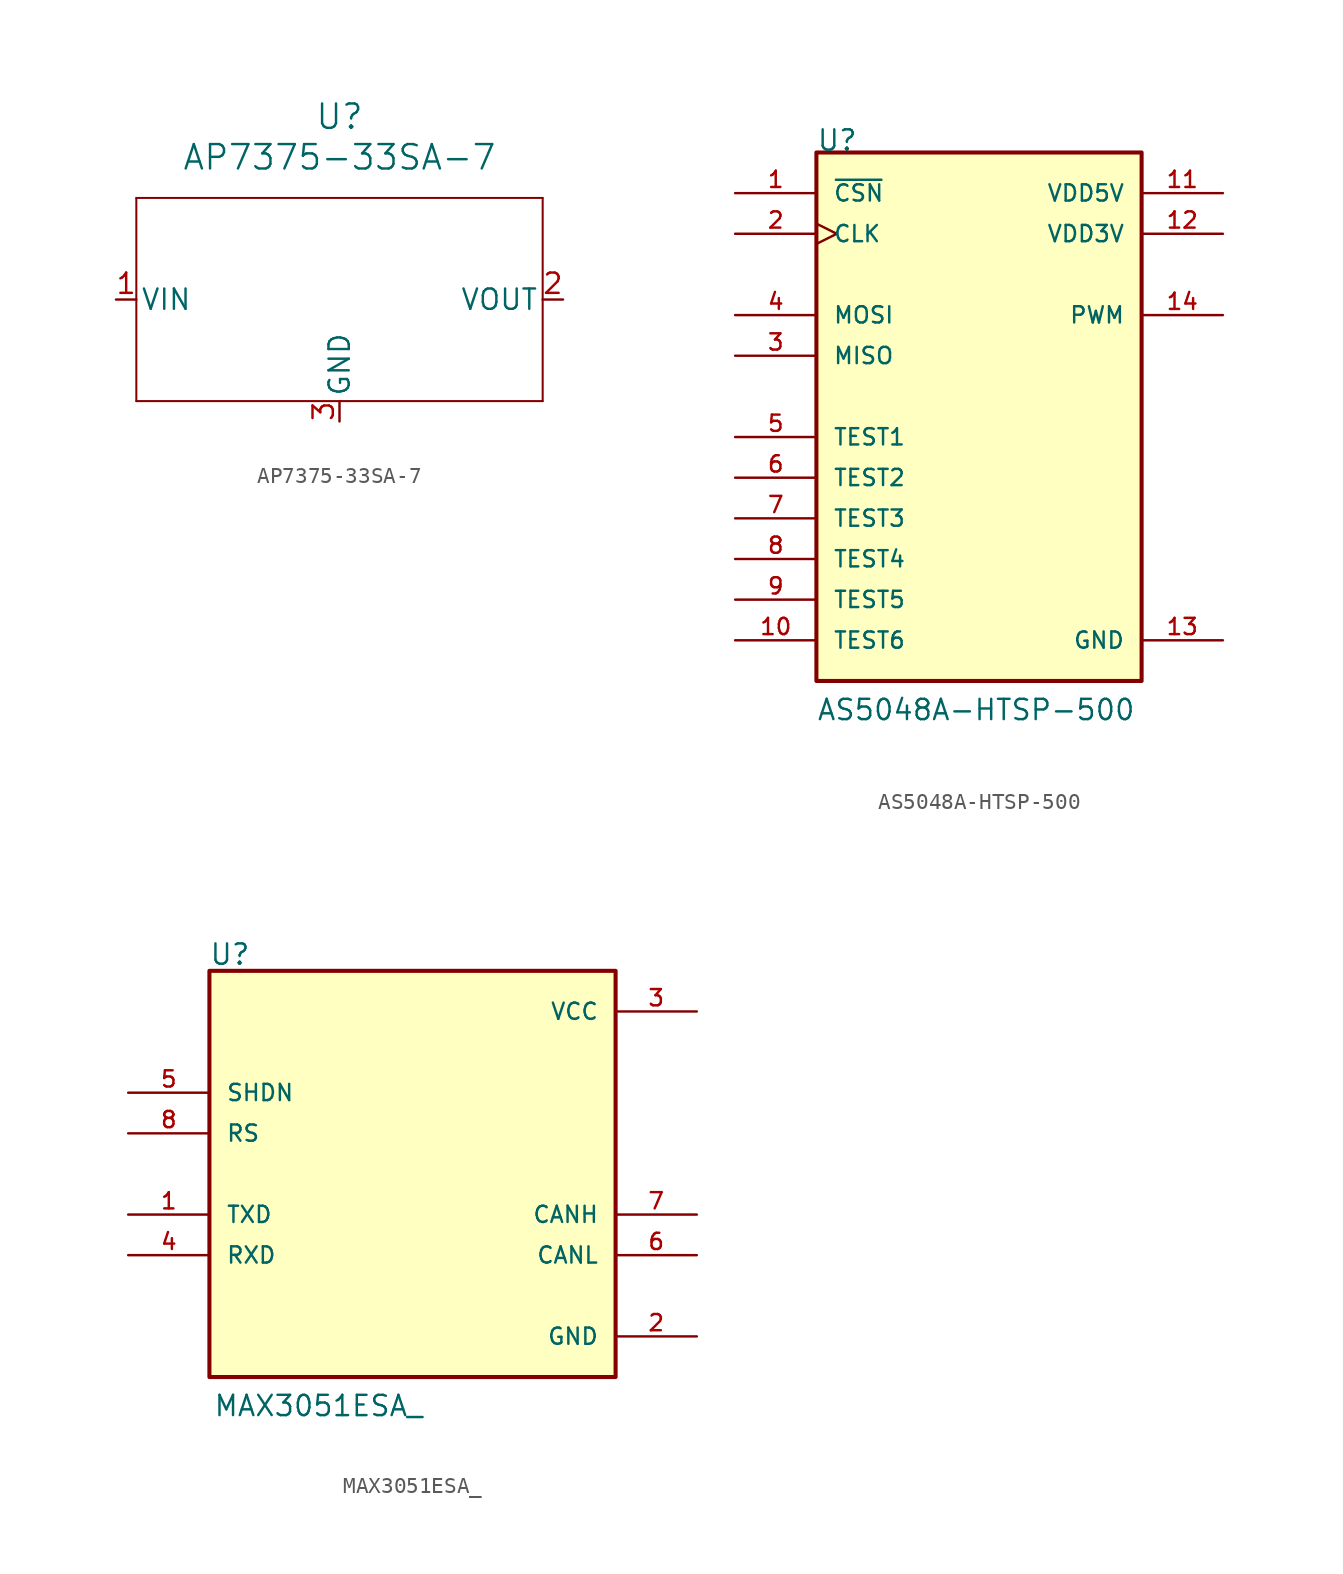
<source format=kicad_sym>
(kicad_symbol_lib
  (version 20220914)
  (generator kicad_symbol_editor)
  (symbol "AP7375-33SA-7"
    (pin_names
      (offset 0.254))
    (property "Reference" "U"
      (at 20.32 10.16 0)
      (effects (font (size 1.524 1.524))))
    (property "Value" "AP7375-33SA-7"
      (at 20.32 7.62 0)
      (effects (font (size 1.524 1.524))))
    (property "ki_locked" ""
      (at 0 0 0)
      (effects (font (size 1.27 1.27))))
    (symbol "AP7375-33SA-7_0_1"
      (polyline (pts (xy 7.62 -7.62) (xy 33.02 -7.62)) (stroke (width 0.127) (type default)) (fill (type none)))
      (polyline (pts (xy 7.62 5.08) (xy 7.62 -7.62)) (stroke (width 0.127) (type default)) (fill (type none)))
      (polyline (pts (xy 33.02 -7.62) (xy 33.02 5.08)) (stroke (width 0.127) (type default)) (fill (type none)))
      (polyline (pts (xy 33.02 5.08) (xy 7.62 5.08)) (stroke (width 0.127) (type default)) (fill (type none))))
    (symbol "AP7375-33SA-7_1_1"
      (pin input line (at 6.35 -1.27 0) (length 1.27) (name "VIN" (effects (font (size 1.27 1.27)))) (number "1" (effects (font (size 1.27 1.27)))))
      (pin output line (at 34.29 -1.27 180) (length 1.27) (name "VOUT" (effects (font (size 1.27 1.27)))) (number "2" (effects (font (size 1.27 1.27)))))
      (pin power_out line (at 20.32 -8.89 90) (length 1.27) (name "GND" (effects (font (size 1.27 1.27)))) (number "3" (effects (font (size 1.27 1.27)))))))
  (symbol "AS5048A-HTSP-500"
    (pin_names
      (offset 1.016))
    (property "Reference" "U"
      (at -10.171 15.256 0)
      (effects (font (size 1.27 1.27)) (justify left bottom)))
    (property "Value" "AS5048A-HTSP-500"
      (at -10.165 -20.329 0)
      (effects (font (size 1.27 1.27)) (justify left bottom)))
    (symbol "AS5048A-HTSP-500_0_0"
      (rectangle (start -10.16 -17.78) (end 10.16 15.24) (stroke (width 0.254) (type default)) (fill (type background)))
      (pin input line (at -15.24 12.7 0) (length 5.08) (name "~{CSN}" (effects (font (size 1.016 1.016)))) (number "1" (effects (font (size 1.016 1.016)))))
      (pin bidirectional line (at -15.24 -15.24 0) (length 5.08) (name "TEST6" (effects (font (size 1.016 1.016)))) (number "10" (effects (font (size 1.016 1.016)))))
      (pin power_in line (at 15.24 12.7 180) (length 5.08) (name "VDD5V" (effects (font (size 1.016 1.016)))) (number "11" (effects (font (size 1.016 1.016)))))
      (pin power_in line (at 15.24 10.16 180) (length 5.08) (name "VDD3V" (effects (font (size 1.016 1.016)))) (number "12" (effects (font (size 1.016 1.016)))))
      (pin passive line (at 15.24 -15.24 180) (length 5.08) (name "GND" (effects (font (size 1.016 1.016)))) (number "13" (effects (font (size 1.016 1.016)))))
      (pin output line (at 15.24 5.08 180) (length 5.08) (name "PWM" (effects (font (size 1.016 1.016)))) (number "14" (effects (font (size 1.016 1.016)))))
      (pin input clock (at -15.24 10.16 0) (length 5.08) (name "CLK" (effects (font (size 1.016 1.016)))) (number "2" (effects (font (size 1.016 1.016)))))
      (pin bidirectional line (at -15.24 2.54 0) (length 5.08) (name "MISO" (effects (font (size 1.016 1.016)))) (number "3" (effects (font (size 1.016 1.016)))))
      (pin input line (at -15.24 5.08 0) (length 5.08) (name "MOSI" (effects (font (size 1.016 1.016)))) (number "4" (effects (font (size 1.016 1.016)))))
      (pin bidirectional line (at -15.24 -2.54 0) (length 5.08) (name "TEST1" (effects (font (size 1.016 1.016)))) (number "5" (effects (font (size 1.016 1.016)))))
      (pin bidirectional line (at -15.24 -5.08 0) (length 5.08) (name "TEST2" (effects (font (size 1.016 1.016)))) (number "6" (effects (font (size 1.016 1.016)))))
      (pin bidirectional line (at -15.24 -7.62 0) (length 5.08) (name "TEST3" (effects (font (size 1.016 1.016)))) (number "7" (effects (font (size 1.016 1.016)))))
      (pin bidirectional line (at -15.24 -10.16 0) (length 5.08) (name "TEST4" (effects (font (size 1.016 1.016)))) (number "8" (effects (font (size 1.016 1.016)))))
      (pin bidirectional line (at -15.24 -12.7 0) (length 5.08) (name "TEST5" (effects (font (size 1.016 1.016)))) (number "9" (effects (font (size 1.016 1.016)))))))
  (symbol "MAX3051ESA_"
    (pin_names
      (offset 1.016))
    (property "Reference" "U"
      (at -12.726 12.985 0)
      (effects (font (size 1.27 1.27)) (justify left bottom)))
    (property "Value" "MAX3051ESA_"
      (at -12.472 -15.244 0)
      (effects (font (size 1.27 1.27)) (justify left bottom)))
    (symbol "MAX3051ESA__0_0"
      (rectangle (start -12.7 -12.7) (end 12.7 12.7) (stroke (width 0.254) (type default)) (fill (type background)))
      (pin input line (at -17.78 -2.54 0) (length 5.08) (name "TXD" (effects (font (size 1.016 1.016)))) (number "1" (effects (font (size 1.016 1.016)))))
      (pin power_in line (at 17.78 -10.16 180) (length 5.08) (name "GND" (effects (font (size 1.016 1.016)))) (number "2" (effects (font (size 1.016 1.016)))))
      (pin power_in line (at 17.78 10.16 180) (length 5.08) (name "VCC" (effects (font (size 1.016 1.016)))) (number "3" (effects (font (size 1.016 1.016)))))
      (pin output line (at -17.78 -5.08 0) (length 5.08) (name "RXD" (effects (font (size 1.016 1.016)))) (number "4" (effects (font (size 1.016 1.016)))))
      (pin input line (at -17.78 5.08 0) (length 5.08) (name "SHDN" (effects (font (size 1.016 1.016)))) (number "5" (effects (font (size 1.016 1.016)))))
      (pin output line (at 17.78 -5.08 180) (length 5.08) (name "CANL" (effects (font (size 1.016 1.016)))) (number "6" (effects (font (size 1.016 1.016)))))
      (pin output line (at 17.78 -2.54 180) (length 5.08) (name "CANH" (effects (font (size 1.016 1.016)))) (number "7" (effects (font (size 1.016 1.016)))))
      (pin input line (at -17.78 2.54 0) (length 5.08) (name "RS" (effects (font (size 1.016 1.016)))) (number "8" (effects (font (size 1.016 1.016))))))))
</source>
